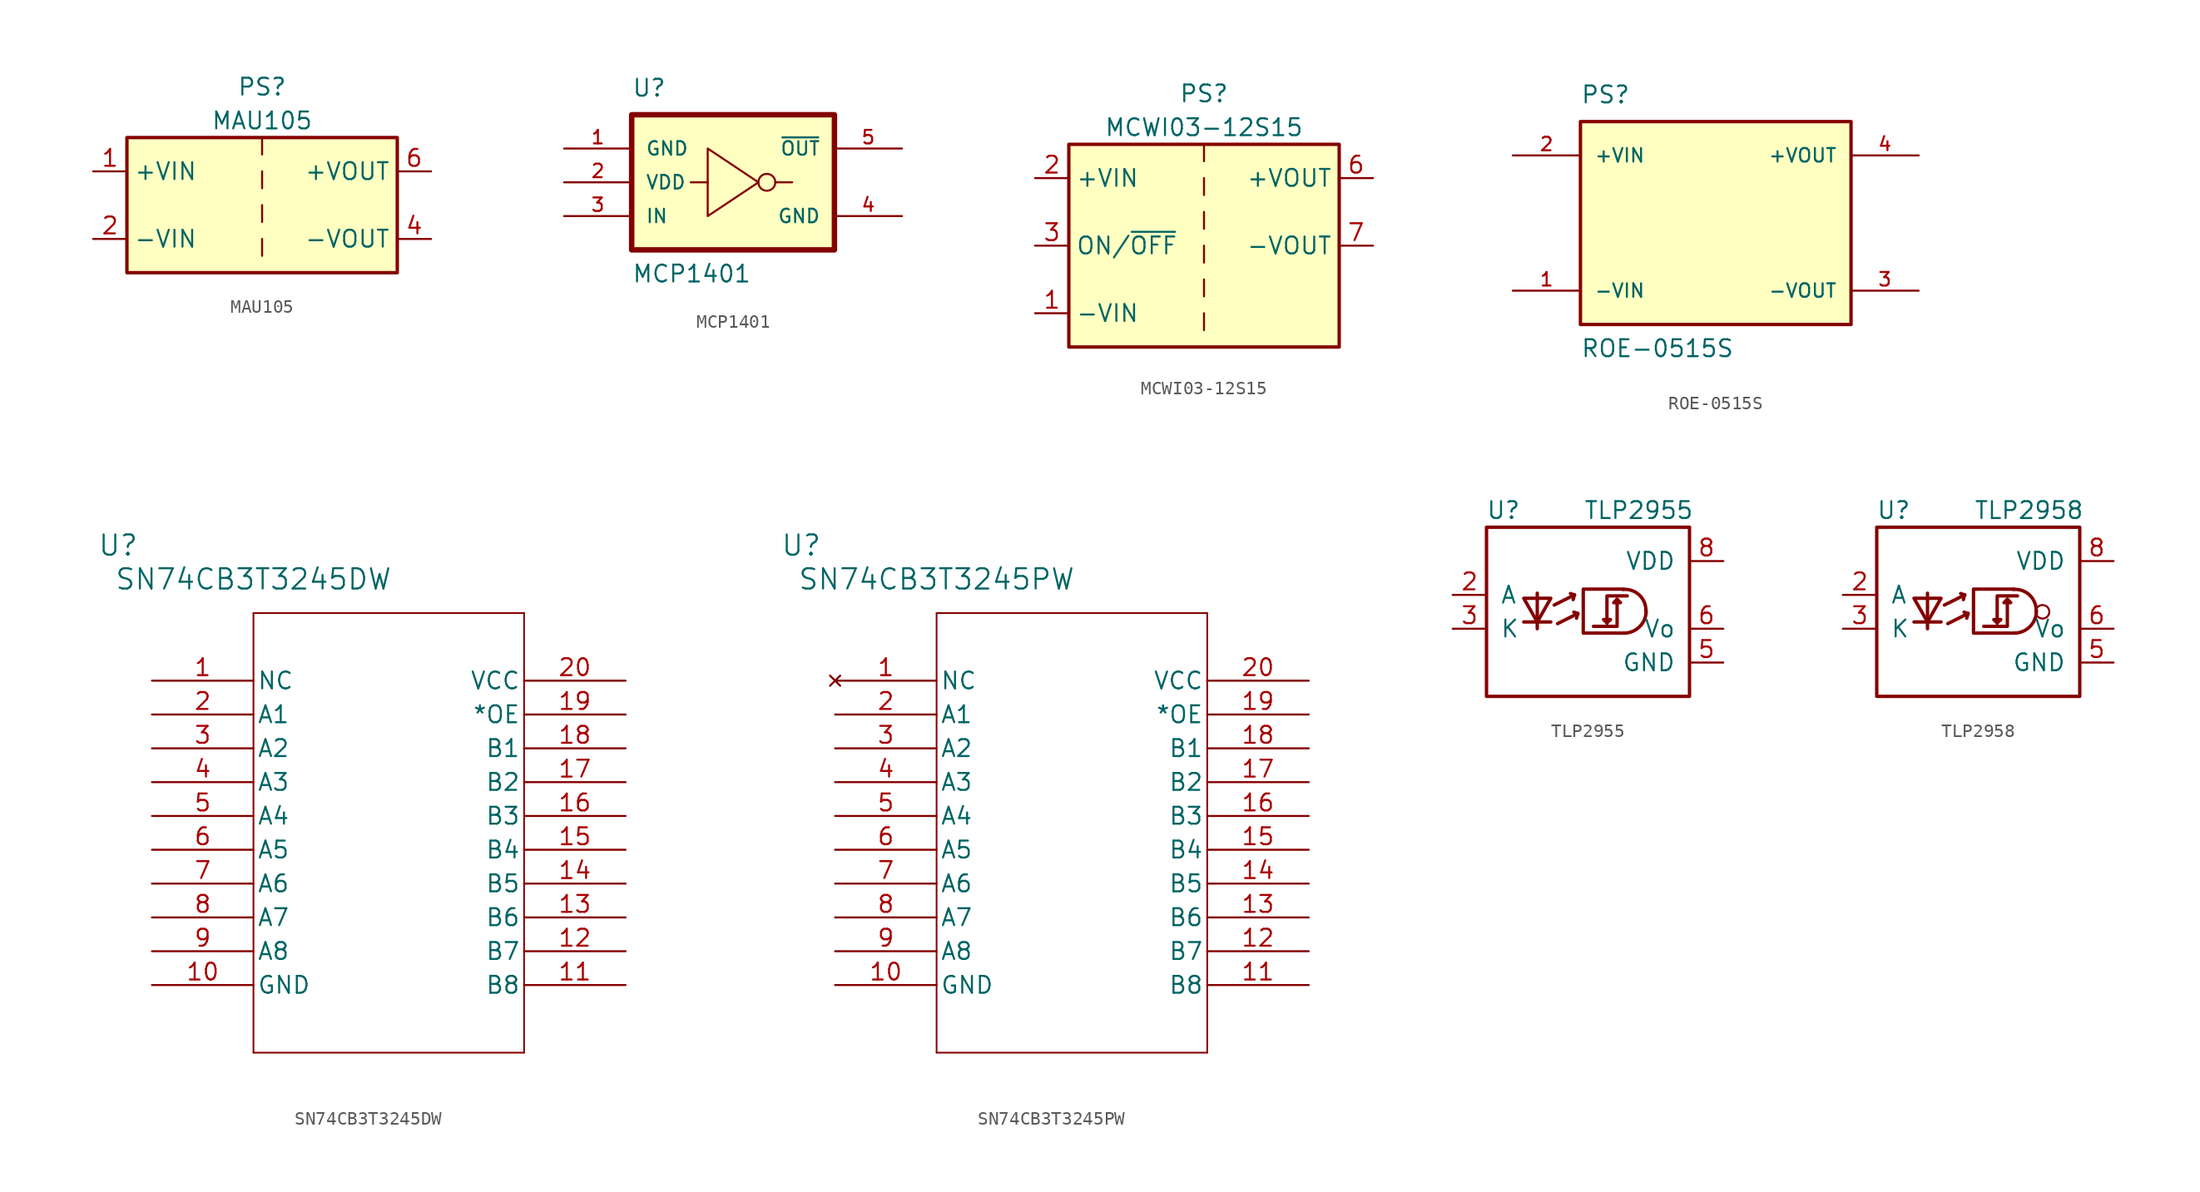
<source format=kicad_sym>
(kicad_symbol_lib
  (version 20231120)
  (generator "kicad_symbol_editor")
  (generator_version "8.0")
  (symbol "MAU105"
    (property "Reference" "PS"
      (at 0 11.43 0)
      (effects (font (size 1.27 1.27))))
    (property "Value" "MAU105"
      (at 0 8.89 0)
      (effects (font (size 1.27 1.27))))
    (symbol "MAU105_0_1"
      (rectangle (start -10.16 7.62) (end 10.16 -2.54) (stroke (width 0.254) (type default)) (fill (type background)))
      (polyline (pts (xy 0 0) (xy 0 -1.27)) (stroke (width 0) (type default)) (fill (type none)))
      (polyline (pts (xy 0 2.54) (xy 0 1.27)) (stroke (width 0) (type default)) (fill (type none)))
      (polyline (pts (xy 0 5.08) (xy 0 3.81)) (stroke (width 0) (type default)) (fill (type none)))
      (polyline (pts (xy 0 7.62) (xy 0 6.35)) (stroke (width 0) (type default)) (fill (type none))))
    (symbol "MAU105_1_1"
      (pin power_in line (at -12.7 5.08 0) (length 2.54) (name "+VIN" (effects (font (size 1.27 1.27)))) (number "1" (effects (font (size 1.27 1.27)))))
      (pin power_in line (at -12.7 0 0) (length 2.54) (name "-VIN" (effects (font (size 1.27 1.27)))) (number "2" (effects (font (size 1.27 1.27)))))
      (pin power_out line (at 12.7 0 180) (length 2.54) (name "-VOUT" (effects (font (size 1.27 1.27)))) (number "4" (effects (font (size 1.27 1.27)))))
      (pin power_out line (at 12.7 5.08 180) (length 2.54) (name "+VOUT" (effects (font (size 1.27 1.27)))) (number "6" (effects (font (size 1.27 1.27)))))))
  (symbol "MCP1401"
    (pin_names
      (offset 1.016))
    (property "Reference" "U"
      (at -7.62 6.35 0)
      (effects (font (size 1.27 1.27)) (justify left bottom)))
    (property "Value" "MCP1401"
      (at -7.62 -7.62 0)
      (effects (font (size 1.27 1.27)) (justify left bottom)))
    (symbol "MCP1401_0_0"
      (rectangle (start -7.62 5.08) (end 7.62 -5.08) (stroke (width 0.41) (type default)) (fill (type background)))
      (pin input line (at -12.7 -2.54 0) (length 5.08) (name "IN" (effects (font (size 1.016 1.016)))) (number "3" (effects (font (size 1.016 1.016)))))
      (pin power_in line (at 12.7 -2.54 180) (length 5.08) (name "GND" (effects (font (size 1.016 1.016)))) (number "4" (effects (font (size 1.016 1.016)))))
      (pin output line (at 12.7 2.54 180) (length 5.08) (name "~{OUT}" (effects (font (size 1.016 1.016)))) (number "5" (effects (font (size 1.016 1.016))))))
    (symbol "MCP1401_0_1"
      (polyline (pts (xy -1.905 0) (xy -3.175 0)) (stroke (width 0) (type default)) (fill (type none)))
      (polyline (pts (xy 3.175 0) (xy 4.445 0)) (stroke (width 0) (type default)) (fill (type none)))
      (polyline (pts (xy -1.905 2.54) (xy -1.905 -2.54) (xy 1.905 0) (xy -1.905 2.54)) (stroke (width 0) (type default)) (fill (type none)))
      (circle (center 2.54 0) (radius 0.635) (stroke (width 0) (type default)) (fill (type none))))
    (symbol "MCP1401_1_0"
      (pin power_in line (at -12.7 2.54 0) (length 5.08) (name "GND" (effects (font (size 1.016 1.016)))) (number "1" (effects (font (size 1.016 1.016)))))
      (pin power_in line (at -12.7 0 0) (length 5.08) (name "VDD" (effects (font (size 1.016 1.016)))) (number "2" (effects (font (size 1.016 1.016)))))))
  (symbol "MCWI03-12S15"
    (property "Reference" "PS"
      (at 0 11.43 0)
      (effects (font (size 1.27 1.27))))
    (property "Value" "MCWI03-12S15"
      (at 0 8.89 0)
      (effects (font (size 1.27 1.27))))
    (symbol "MCWI03-12S15_0_1"
      (rectangle (start -10.16 7.62) (end 10.16 -7.62) (stroke (width 0.254) (type default)) (fill (type background)))
      (polyline (pts (xy 0 -5.08) (xy 0 -6.35)) (stroke (width 0) (type default)) (fill (type none)))
      (polyline (pts (xy 0 -2.54) (xy 0 -3.81)) (stroke (width 0) (type default)) (fill (type none)))
      (polyline (pts (xy 0 0) (xy 0 -1.27)) (stroke (width 0) (type default)) (fill (type none)))
      (polyline (pts (xy 0 2.54) (xy 0 1.27)) (stroke (width 0) (type default)) (fill (type none)))
      (polyline (pts (xy 0 5.08) (xy 0 3.81)) (stroke (width 0) (type default)) (fill (type none)))
      (polyline (pts (xy 0 7.62) (xy 0 6.35)) (stroke (width 0) (type default)) (fill (type none))))
    (symbol "MCWI03-12S15_1_1"
      (pin power_in line (at -12.7 -5.08 0) (length 2.54) (name "-VIN" (effects (font (size 1.27 1.27)))) (number "1" (effects (font (size 1.27 1.27)))))
      (pin power_in line (at -12.7 5.08 0) (length 2.54) (name "+VIN" (effects (font (size 1.27 1.27)))) (number "2" (effects (font (size 1.27 1.27)))))
      (pin input line (at -12.7 0 0) (length 2.54) (name "ON/~{OFF}" (effects (font (size 1.27 1.27)))) (number "3" (effects (font (size 1.27 1.27)))))
      (pin no_connect line (at 10.16 -2.54 180) (length 2.54) hide (name "NC" (effects (font (size 1.27 1.27)))) (number "5" (effects (font (size 1.27 1.27)))))
      (pin power_out line (at 12.7 5.08 180) (length 2.54) (name "+VOUT" (effects (font (size 1.27 1.27)))) (number "6" (effects (font (size 1.27 1.27)))))
      (pin power_out line (at 12.7 0 180) (length 2.54) (name "-VOUT" (effects (font (size 1.27 1.27)))) (number "7" (effects (font (size 1.27 1.27)))))
      (pin no_connect line (at 10.16 -5.08 180) (length 2.54) hide (name "NC" (effects (font (size 1.27 1.27)))) (number "8" (effects (font (size 1.27 1.27)))))))
  (symbol "ROE-0515S"
    (pin_names
      (offset 1.016))
    (property "Reference" "PS"
      (at -10.164 8.898 0)
      (effects (font (size 1.27 1.27)) (justify left bottom)))
    (property "Value" "ROE-0515S"
      (at -10.161 -10.163 0)
      (effects (font (size 1.27 1.27)) (justify left bottom)))
    (symbol "ROE-0515S_0_0"
      (rectangle (start -10.16 -7.62) (end 10.16 7.62) (stroke (width 0.254) (type default)) (fill (type background))))
    (symbol "ROE-0515S_1_0"
      (pin power_in line (at -15.24 -5.08 0) (length 5.08) (name "-VIN" (effects (font (size 1.016 1.016)))) (number "1" (effects (font (size 1.016 1.016)))))
      (pin power_in line (at -15.24 5.08 0) (length 5.08) (name "+VIN" (effects (font (size 1.016 1.016)))) (number "2" (effects (font (size 1.016 1.016)))))
      (pin power_out line (at 15.24 -5.08 180) (length 5.08) (name "-VOUT" (effects (font (size 1.016 1.016)))) (number "3" (effects (font (size 1.016 1.016)))))
      (pin power_out line (at 15.24 5.08 180) (length 5.08) (name "+VOUT" (effects (font (size 1.016 1.016)))) (number "4" (effects (font (size 1.016 1.016)))))))
  (symbol "SN74CB3T3245DW"
    (pin_names
      (offset 0.254))
    (property "Reference" "U"
      (at -2.54 10.16 0)
      (effects (font (size 1.524 1.524))))
    (property "Value" "SN74CB3T3245DW"
      (at 7.62 7.62 0)
      (effects (font (size 1.524 1.524))))
    (property "ki_locked" ""
      (at 0 0 0)
      (effects (font (size 1.27 1.27))))
    (symbol "SN74CB3T3245DW_0_1"
      (polyline (pts (xy 7.62 -27.94) (xy 27.94 -27.94)) (stroke (width 0.127) (type default)) (fill (type none)))
      (polyline (pts (xy 7.62 5.08) (xy 7.62 -27.94)) (stroke (width 0.127) (type default)) (fill (type none)))
      (polyline (pts (xy 27.94 -27.94) (xy 27.94 5.08)) (stroke (width 0.127) (type default)) (fill (type none)))
      (polyline (pts (xy 27.94 5.08) (xy 7.62 5.08)) (stroke (width 0.127) (type default)) (fill (type none)))
      (pin unspecified line (at 0 0 0) (length 7.62) (name "NC" (effects (font (size 1.27 1.27)))) (number "1" (effects (font (size 1.27 1.27)))))
      (pin power_in line (at 0 -22.86 0) (length 7.62) (name "GND" (effects (font (size 1.27 1.27)))) (number "10" (effects (font (size 1.27 1.27)))))
      (pin bidirectional line (at 35.56 -22.86 180) (length 7.62) (name "B8" (effects (font (size 1.27 1.27)))) (number "11" (effects (font (size 1.27 1.27)))))
      (pin bidirectional line (at 35.56 -20.32 180) (length 7.62) (name "B7" (effects (font (size 1.27 1.27)))) (number "12" (effects (font (size 1.27 1.27)))))
      (pin bidirectional line (at 35.56 -17.78 180) (length 7.62) (name "B6" (effects (font (size 1.27 1.27)))) (number "13" (effects (font (size 1.27 1.27)))))
      (pin bidirectional line (at 35.56 -15.24 180) (length 7.62) (name "B5" (effects (font (size 1.27 1.27)))) (number "14" (effects (font (size 1.27 1.27)))))
      (pin bidirectional line (at 35.56 -12.7 180) (length 7.62) (name "B4" (effects (font (size 1.27 1.27)))) (number "15" (effects (font (size 1.27 1.27)))))
      (pin bidirectional line (at 35.56 -10.16 180) (length 7.62) (name "B3" (effects (font (size 1.27 1.27)))) (number "16" (effects (font (size 1.27 1.27)))))
      (pin bidirectional line (at 35.56 -7.62 180) (length 7.62) (name "B2" (effects (font (size 1.27 1.27)))) (number "17" (effects (font (size 1.27 1.27)))))
      (pin bidirectional line (at 35.56 -5.08 180) (length 7.62) (name "B1" (effects (font (size 1.27 1.27)))) (number "18" (effects (font (size 1.27 1.27)))))
      (pin input line (at 35.56 -2.54 180) (length 7.62) (name "*OE" (effects (font (size 1.27 1.27)))) (number "19" (effects (font (size 1.27 1.27)))))
      (pin bidirectional line (at 0 -2.54 0) (length 7.62) (name "A1" (effects (font (size 1.27 1.27)))) (number "2" (effects (font (size 1.27 1.27)))))
      (pin power_in line (at 35.56 0 180) (length 7.62) (name "VCC" (effects (font (size 1.27 1.27)))) (number "20" (effects (font (size 1.27 1.27)))))
      (pin bidirectional line (at 0 -5.08 0) (length 7.62) (name "A2" (effects (font (size 1.27 1.27)))) (number "3" (effects (font (size 1.27 1.27)))))
      (pin bidirectional line (at 0 -7.62 0) (length 7.62) (name "A3" (effects (font (size 1.27 1.27)))) (number "4" (effects (font (size 1.27 1.27)))))
      (pin bidirectional line (at 0 -10.16 0) (length 7.62) (name "A4" (effects (font (size 1.27 1.27)))) (number "5" (effects (font (size 1.27 1.27)))))
      (pin bidirectional line (at 0 -12.7 0) (length 7.62) (name "A5" (effects (font (size 1.27 1.27)))) (number "6" (effects (font (size 1.27 1.27)))))
      (pin bidirectional line (at 0 -15.24 0) (length 7.62) (name "A6" (effects (font (size 1.27 1.27)))) (number "7" (effects (font (size 1.27 1.27)))))
      (pin bidirectional line (at 0 -17.78 0) (length 7.62) (name "A7" (effects (font (size 1.27 1.27)))) (number "8" (effects (font (size 1.27 1.27)))))
      (pin bidirectional line (at 0 -20.32 0) (length 7.62) (name "A8" (effects (font (size 1.27 1.27)))) (number "9" (effects (font (size 1.27 1.27)))))))
  (symbol "SN74CB3T3245PW"
    (pin_names
      (offset 0.254))
    (property "Reference" "U"
      (at -2.54 10.16 0)
      (effects (font (size 1.524 1.524))))
    (property "Value" "SN74CB3T3245PW"
      (at 7.62 7.62 0)
      (effects (font (size 1.524 1.524))))
    (symbol "SN74CB3T3245PW_0_1"
      (polyline (pts (xy 7.62 -27.94) (xy 27.94 -27.94)) (stroke (width 0.127) (type default)) (fill (type none)))
      (polyline (pts (xy 7.62 5.08) (xy 7.62 -27.94)) (stroke (width 0.127) (type default)) (fill (type none)))
      (polyline (pts (xy 27.94 -27.94) (xy 27.94 5.08)) (stroke (width 0.127) (type default)) (fill (type none)))
      (polyline (pts (xy 27.94 5.08) (xy 7.62 5.08)) (stroke (width 0.127) (type default)) (fill (type none)))
      (pin power_in line (at 0 -22.86 0) (length 7.62) (name "GND" (effects (font (size 1.27 1.27)))) (number "10" (effects (font (size 1.27 1.27)))))
      (pin passive line (at 35.56 -22.86 180) (length 7.62) (name "B8" (effects (font (size 1.27 1.27)))) (number "11" (effects (font (size 1.27 1.27)))))
      (pin passive line (at 35.56 -20.32 180) (length 7.62) (name "B7" (effects (font (size 1.27 1.27)))) (number "12" (effects (font (size 1.27 1.27)))))
      (pin passive line (at 35.56 -17.78 180) (length 7.62) (name "B6" (effects (font (size 1.27 1.27)))) (number "13" (effects (font (size 1.27 1.27)))))
      (pin passive line (at 35.56 -15.24 180) (length 7.62) (name "B5" (effects (font (size 1.27 1.27)))) (number "14" (effects (font (size 1.27 1.27)))))
      (pin passive line (at 35.56 -12.7 180) (length 7.62) (name "B4" (effects (font (size 1.27 1.27)))) (number "15" (effects (font (size 1.27 1.27)))))
      (pin passive line (at 35.56 -10.16 180) (length 7.62) (name "B3" (effects (font (size 1.27 1.27)))) (number "16" (effects (font (size 1.27 1.27)))))
      (pin passive line (at 35.56 -7.62 180) (length 7.62) (name "B2" (effects (font (size 1.27 1.27)))) (number "17" (effects (font (size 1.27 1.27)))))
      (pin passive line (at 35.56 -5.08 180) (length 7.62) (name "B1" (effects (font (size 1.27 1.27)))) (number "18" (effects (font (size 1.27 1.27)))))
      (pin input line (at 35.56 -2.54 180) (length 7.62) (name "*OE" (effects (font (size 1.27 1.27)))) (number "19" (effects (font (size 1.27 1.27)))))
      (pin passive line (at 0 -2.54 0) (length 7.62) (name "A1" (effects (font (size 1.27 1.27)))) (number "2" (effects (font (size 1.27 1.27)))))
      (pin power_in line (at 35.56 0 180) (length 7.62) (name "VCC" (effects (font (size 1.27 1.27)))) (number "20" (effects (font (size 1.27 1.27)))))
      (pin passive line (at 0 -5.08 0) (length 7.62) (name "A2" (effects (font (size 1.27 1.27)))) (number "3" (effects (font (size 1.27 1.27)))))
      (pin passive line (at 0 -7.62 0) (length 7.62) (name "A3" (effects (font (size 1.27 1.27)))) (number "4" (effects (font (size 1.27 1.27)))))
      (pin passive line (at 0 -10.16 0) (length 7.62) (name "A4" (effects (font (size 1.27 1.27)))) (number "5" (effects (font (size 1.27 1.27)))))
      (pin passive line (at 0 -12.7 0) (length 7.62) (name "A5" (effects (font (size 1.27 1.27)))) (number "6" (effects (font (size 1.27 1.27)))))
      (pin passive line (at 0 -15.24 0) (length 7.62) (name "A6" (effects (font (size 1.27 1.27)))) (number "7" (effects (font (size 1.27 1.27)))))
      (pin passive line (at 0 -17.78 0) (length 7.62) (name "A7" (effects (font (size 1.27 1.27)))) (number "8" (effects (font (size 1.27 1.27)))))
      (pin passive line (at 0 -20.32 0) (length 7.62) (name "A8" (effects (font (size 1.27 1.27)))) (number "9" (effects (font (size 1.27 1.27))))))
    (symbol "SN74CB3T3245PW_1_1"
      (pin no_connect line (at 0 0 0) (length 7.62) (name "NC" (effects (font (size 1.27 1.27)))) (number "1" (effects (font (size 1.27 1.27)))))))
  (symbol "TLP2955"
    (pin_names
      (offset 1.016))
    (property "Reference" "U"
      (at -6.35 8.89 0)
      (effects (font (size 1.27 1.27))))
    (property "Value" "TLP2955"
      (at 3.81 8.89 0)
      (effects (font (size 1.27 1.27))))
    (symbol "TLP2955_1_1"
      (rectangle (start -7.62 7.62) (end 7.62 -5.08) (stroke (width 0.254) (type default)) (fill (type none)))
      (polyline (pts (xy -4.826 0.508) (xy -2.794 0.508)) (stroke (width 0.254) (type default)) (fill (type none)))
      (polyline (pts (xy -3.81 0.508) (xy -3.81 0)) (stroke (width 0.254) (type default)) (fill (type none)))
      (polyline (pts (xy -3.81 2.286) (xy -3.81 0.508)) (stroke (width 0.254) (type default)) (fill (type none)))
      (polyline (pts (xy -3.81 2.286) (xy -3.81 2.667)) (stroke (width 0.254) (type default)) (fill (type none)))
      (polyline (pts (xy -2.54 1.778) (xy -1.016 2.54)) (stroke (width 0.254) (type default)) (fill (type none)))
      (polyline (pts (xy -2.286 0.381) (xy -0.762 1.143)) (stroke (width 0.254) (type default)) (fill (type none)))
      (polyline (pts (xy -1.016 2.54) (xy -1.321 2.642)) (stroke (width 0.254) (type default)) (fill (type none)))
      (polyline (pts (xy -1.016 2.54) (xy -1.118 2.184)) (stroke (width 0.254) (type default)) (fill (type none)))
      (polyline (pts (xy -0.762 1.143) (xy -1.067 1.245)) (stroke (width 0.254) (type default)) (fill (type none)))
      (polyline (pts (xy -0.762 1.143) (xy -0.864 0.787)) (stroke (width 0.254) (type default)) (fill (type none)))
      (polyline (pts (xy 1.422 0.432) (xy 1.168 0.686) (xy 1.676 0.686)) (stroke (width 0.254) (type default)) (fill (type none)))
      (polyline (pts (xy 2.184 2.21) (xy 2.184 0.178) (xy 0.406 0.178)) (stroke (width 0.254) (type default)) (fill (type none)))
      (polyline (pts (xy -4.826 2.286) (xy -2.794 2.286) (xy -3.81 0.508) (xy -4.826 2.286)) (stroke (width 0.254) (type default)) (fill (type none)))
      (polyline (pts (xy 2.184 2.21) (xy 1.93 1.956) (xy 2.438 1.956) (xy 2.184 2.21)) (stroke (width 0.254) (type default)) (fill (type none)))
      (polyline (pts (xy 2.692 2.972) (xy -0.356 2.972) (xy -0.356 -0.33) (xy 2.692 -0.33)) (stroke (width 0.254) (type default)) (fill (type none)))
      (polyline (pts (xy 2.946 2.464) (xy 1.422 2.464) (xy 1.422 0.432) (xy 1.676 0.686)) (stroke (width 0.254) (type default)) (fill (type none)))
      (arc (start 2.6924 -0.3302) (mid 3.8798 0.1586) (end 4.3688 1.3462) (stroke (width 0.254) (type default)) (fill (type none)))
      (arc (start 4.3434 1.27) (mid 3.8711 2.5113) (end 2.6162 2.9464) (stroke (width 0.254) (type default)) (fill (type none)))
      (pin no_connect line (at -10.16 5.08 0) (length 2.54) hide (name "NC" (effects (font (size 1.27 1.27)))) (number "1" (effects (font (size 1.27 1.27)))))
      (pin passive line (at -10.16 2.54 0) (length 2.54) (name "A" (effects (font (size 1.27 1.27)))) (number "2" (effects (font (size 1.27 1.27)))))
      (pin passive line (at -10.16 0 0) (length 2.54) (name "K" (effects (font (size 1.27 1.27)))) (number "3" (effects (font (size 1.27 1.27)))))
      (pin no_connect line (at -10.16 -2.54 0) (length 2.54) hide (name "NC" (effects (font (size 1.27 1.27)))) (number "4" (effects (font (size 1.27 1.27)))))
      (pin power_in line (at 10.16 -2.54 180) (length 2.54) (name "GND" (effects (font (size 1.27 1.27)))) (number "5" (effects (font (size 1.27 1.27)))))
      (pin output line (at 10.16 0 180) (length 2.54) (name "Vo" (effects (font (size 1.27 1.27)))) (number "6" (effects (font (size 1.27 1.27)))))
      (pin no_connect line (at 10.16 2.54 180) (length 2.54) hide (name "NC" (effects (font (size 1.27 1.27)))) (number "7" (effects (font (size 1.27 1.27)))))
      (pin power_in line (at 10.16 5.08 180) (length 2.54) (name "VDD" (effects (font (size 1.27 1.27)))) (number "8" (effects (font (size 1.27 1.27)))))))
  (symbol "TLP2958"
    (pin_names
      (offset 1.016))
    (property "Reference" "U"
      (at -6.35 8.89 0)
      (effects (font (size 1.27 1.27))))
    (property "Value" "TLP2958"
      (at 3.81 8.89 0)
      (effects (font (size 1.27 1.27))))
    (symbol "TLP2958_0_1"
      (circle (center 4.826 1.27) (radius 0.508) (stroke (width 0) (type default)) (fill (type none))))
    (symbol "TLP2958_1_1"
      (rectangle (start -7.62 7.62) (end 7.62 -5.08) (stroke (width 0.254) (type default)) (fill (type none)))
      (polyline (pts (xy -4.826 0.508) (xy -2.794 0.508)) (stroke (width 0.254) (type default)) (fill (type none)))
      (polyline (pts (xy -3.81 0.508) (xy -3.81 0)) (stroke (width 0.254) (type default)) (fill (type none)))
      (polyline (pts (xy -3.81 2.286) (xy -3.81 0.508)) (stroke (width 0.254) (type default)) (fill (type none)))
      (polyline (pts (xy -3.81 2.286) (xy -3.81 2.667)) (stroke (width 0.254) (type default)) (fill (type none)))
      (polyline (pts (xy -2.54 1.778) (xy -1.016 2.54)) (stroke (width 0.254) (type default)) (fill (type none)))
      (polyline (pts (xy -2.286 0.381) (xy -0.762 1.143)) (stroke (width 0.254) (type default)) (fill (type none)))
      (polyline (pts (xy -1.016 2.54) (xy -1.321 2.642)) (stroke (width 0.254) (type default)) (fill (type none)))
      (polyline (pts (xy -1.016 2.54) (xy -1.118 2.184)) (stroke (width 0.254) (type default)) (fill (type none)))
      (polyline (pts (xy -0.762 1.143) (xy -1.067 1.245)) (stroke (width 0.254) (type default)) (fill (type none)))
      (polyline (pts (xy -0.762 1.143) (xy -0.864 0.787)) (stroke (width 0.254) (type default)) (fill (type none)))
      (polyline (pts (xy 1.422 0.432) (xy 1.168 0.686) (xy 1.676 0.686)) (stroke (width 0.254) (type default)) (fill (type none)))
      (polyline (pts (xy 2.184 2.21) (xy 2.184 0.178) (xy 0.406 0.178)) (stroke (width 0.254) (type default)) (fill (type none)))
      (polyline (pts (xy -4.826 2.286) (xy -2.794 2.286) (xy -3.81 0.508) (xy -4.826 2.286)) (stroke (width 0.254) (type default)) (fill (type none)))
      (polyline (pts (xy 2.184 2.21) (xy 1.93 1.956) (xy 2.438 1.956) (xy 2.184 2.21)) (stroke (width 0.254) (type default)) (fill (type none)))
      (polyline (pts (xy 2.692 2.972) (xy -0.356 2.972) (xy -0.356 -0.33) (xy 2.692 -0.33)) (stroke (width 0.254) (type default)) (fill (type none)))
      (polyline (pts (xy 2.946 2.464) (xy 1.422 2.464) (xy 1.422 0.432) (xy 1.676 0.686)) (stroke (width 0.254) (type default)) (fill (type none)))
      (arc (start 2.6924 -0.3302) (mid 3.8798 0.1586) (end 4.3688 1.3462) (stroke (width 0.254) (type default)) (fill (type none)))
      (arc (start 4.3434 1.27) (mid 3.8711 2.5113) (end 2.6162 2.9464) (stroke (width 0.254) (type default)) (fill (type none)))
      (pin no_connect line (at -10.16 5.08 0) (length 2.54) hide (name "NC" (effects (font (size 1.27 1.27)))) (number "1" (effects (font (size 1.27 1.27)))))
      (pin passive line (at -10.16 2.54 0) (length 2.54) (name "A" (effects (font (size 1.27 1.27)))) (number "2" (effects (font (size 1.27 1.27)))))
      (pin passive line (at -10.16 0 0) (length 2.54) (name "K" (effects (font (size 1.27 1.27)))) (number "3" (effects (font (size 1.27 1.27)))))
      (pin no_connect line (at -10.16 -2.54 0) (length 2.54) hide (name "NC" (effects (font (size 1.27 1.27)))) (number "4" (effects (font (size 1.27 1.27)))))
      (pin power_in line (at 10.16 -2.54 180) (length 2.54) (name "GND" (effects (font (size 1.27 1.27)))) (number "5" (effects (font (size 1.27 1.27)))))
      (pin output line (at 10.16 0 180) (length 2.54) (name "Vo" (effects (font (size 1.27 1.27)))) (number "6" (effects (font (size 1.27 1.27)))))
      (pin no_connect line (at 10.16 2.54 180) (length 2.54) hide (name "NC" (effects (font (size 1.27 1.27)))) (number "7" (effects (font (size 1.27 1.27)))))
      (pin power_in line (at 10.16 5.08 180) (length 2.54) (name "VDD" (effects (font (size 1.27 1.27)))) (number "8" (effects (font (size 1.27 1.27))))))))
</source>
